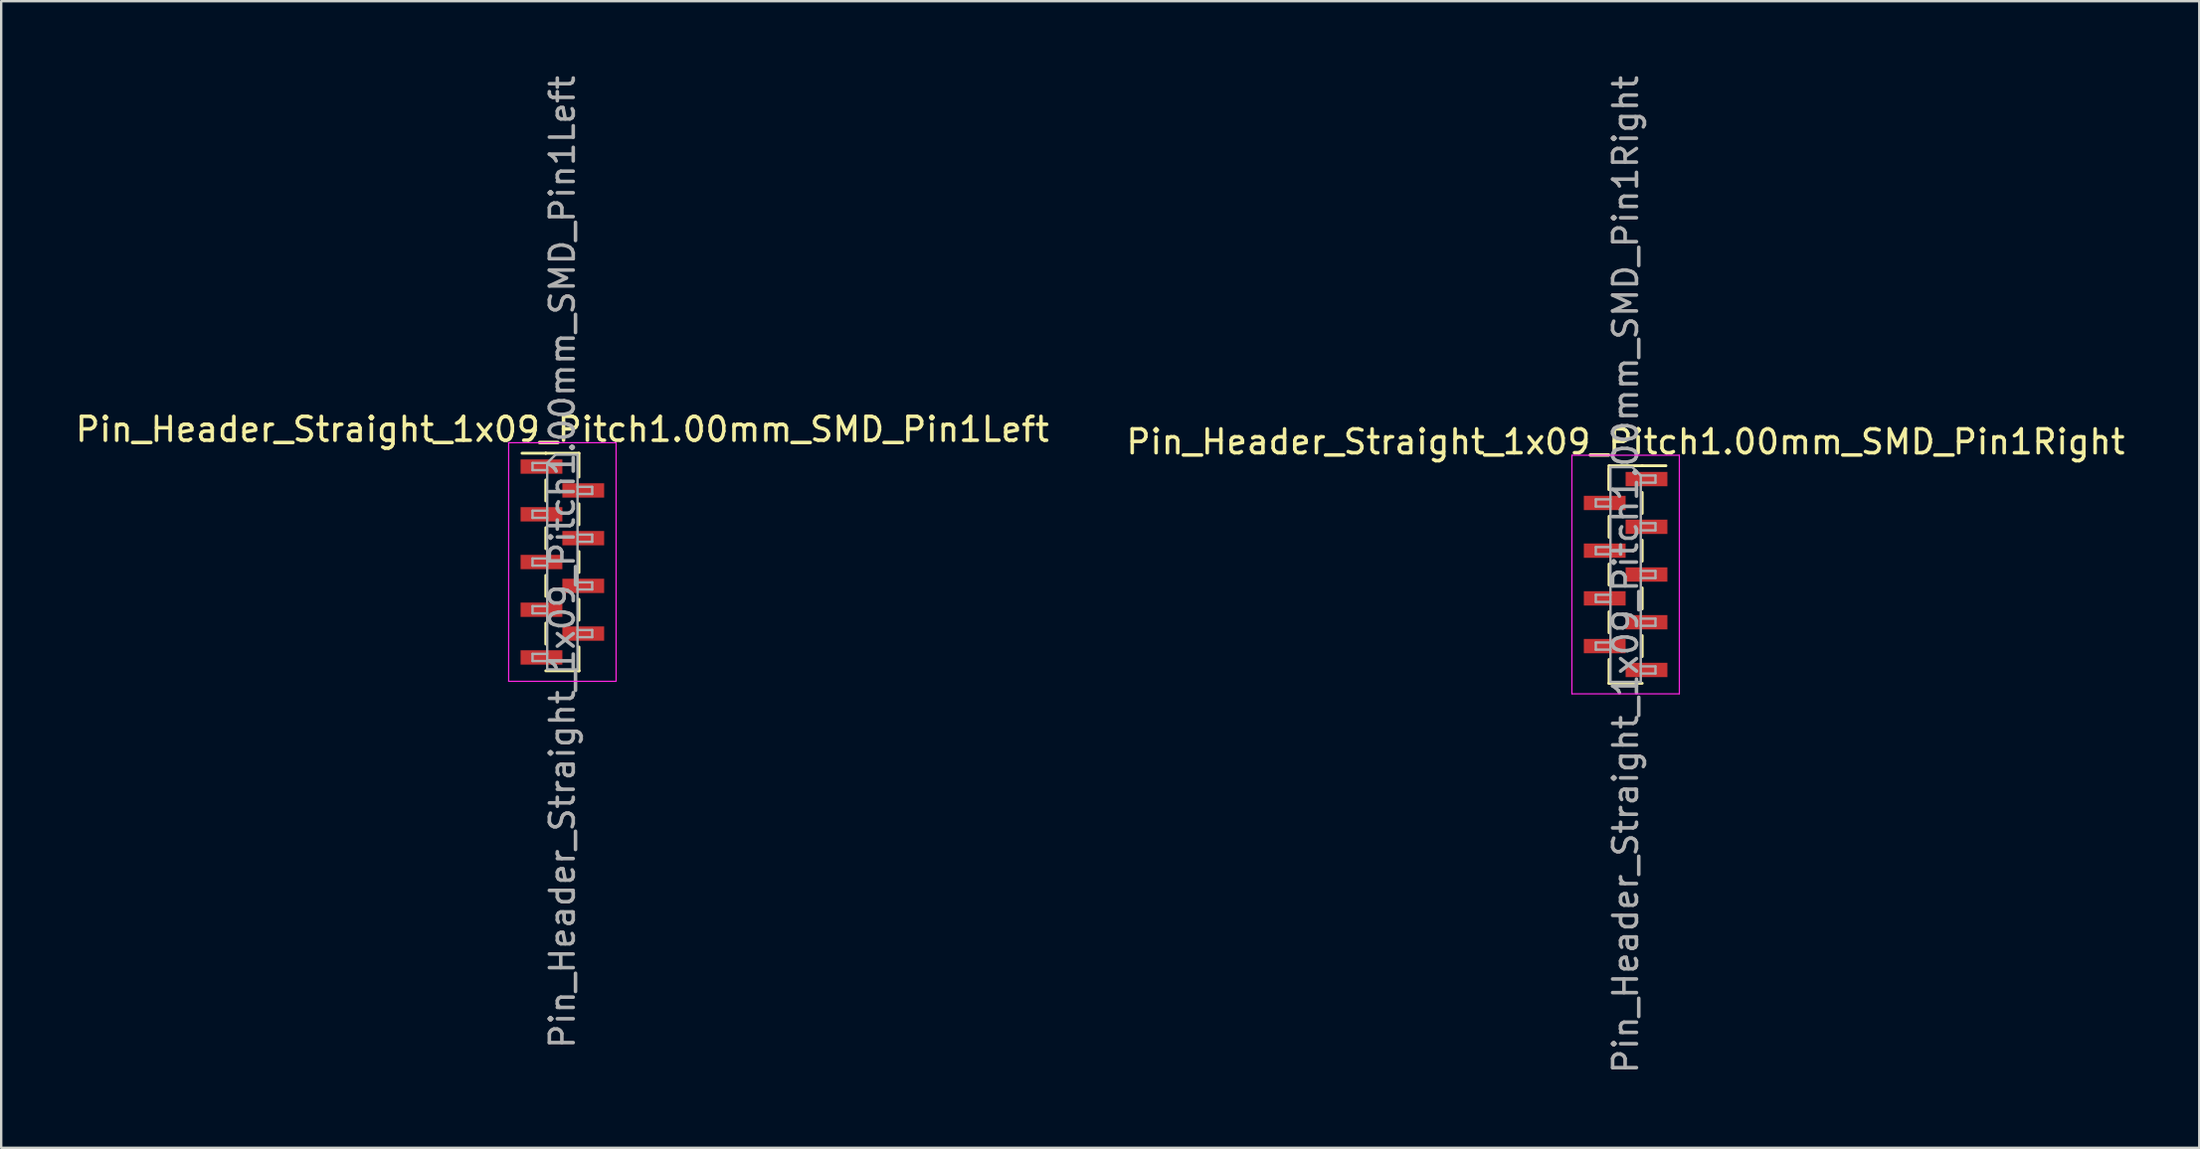
<source format=kicad_pcb>
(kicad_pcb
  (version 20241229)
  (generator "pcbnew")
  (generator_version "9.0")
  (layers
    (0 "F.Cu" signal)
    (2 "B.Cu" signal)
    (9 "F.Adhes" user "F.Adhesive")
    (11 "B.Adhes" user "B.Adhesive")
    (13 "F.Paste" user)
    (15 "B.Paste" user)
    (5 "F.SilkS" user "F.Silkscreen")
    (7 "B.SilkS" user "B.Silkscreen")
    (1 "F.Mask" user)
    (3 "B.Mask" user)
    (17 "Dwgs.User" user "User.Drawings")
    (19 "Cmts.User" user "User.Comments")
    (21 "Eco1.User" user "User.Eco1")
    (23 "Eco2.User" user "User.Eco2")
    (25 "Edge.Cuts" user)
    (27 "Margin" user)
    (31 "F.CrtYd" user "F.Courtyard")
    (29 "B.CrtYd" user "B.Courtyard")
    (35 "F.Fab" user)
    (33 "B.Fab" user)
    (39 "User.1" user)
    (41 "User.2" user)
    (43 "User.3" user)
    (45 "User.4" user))
  (footprint "Pin_Header_Straight_1x09_Pitch1.00mm_SMD_Pin1Right"
    (layer "F.Cu")
    (at 65.042 21.03)
    (property "Reference" "Pin_Header_Straight_1x09_Pitch1.00mm_SMD_Pin1Right" (at 0 -5.56 0) (layer "F.SilkS") (effects (font (size 1 1) (thickness 0.15))))
    (attr smd)
    (fp_line (start -0.695 -4.56) (end -0.695 -3.56) (stroke (width 0.12) (type solid)) (layer "F.SilkS"))
    (fp_line (start -0.695 -4.56) (end 0.695 -4.56) (stroke (width 0.12) (type solid)) (layer "F.SilkS"))
    (fp_line (start -0.695 -4.44) (end -0.695 -3.56) (stroke (width 0.12) (type solid)) (layer "F.SilkS"))
    (fp_line (start -0.695 -2.44) (end -0.695 -1.56) (stroke (width 0.12) (type solid)) (layer "F.SilkS"))
    (fp_line (start -0.695 -0.44) (end -0.695 0.44) (stroke (width 0.12) (type solid)) (layer "F.SilkS"))
    (fp_line (start -0.695 1.56) (end -0.695 2.44) (stroke (width 0.12) (type solid)) (layer "F.SilkS"))
    (fp_line (start -0.695 3.56) (end -0.695 4.56) (stroke (width 0.12) (type solid)) (layer "F.SilkS"))
    (fp_line (start -0.695 4.56) (end -0.695 4.56) (stroke (width 0.12) (type solid)) (layer "F.SilkS"))
    (fp_line (start -0.695 4.56) (end 0.695 4.56) (stroke (width 0.12) (type solid)) (layer "F.SilkS"))
    (fp_line (start 0.695 -4.56) (end 0.695 -4.56) (stroke (width 0.12) (type solid)) (layer "F.SilkS"))
    (fp_line (start 0.695 -4.56) (end 1.69 -4.56) (stroke (width 0.12) (type solid)) (layer "F.SilkS"))
    (fp_line (start 0.695 -3.44) (end 0.695 -2.56) (stroke (width 0.12) (type solid)) (layer "F.SilkS"))
    (fp_line (start 0.695 -1.44) (end 0.695 -0.56) (stroke (width 0.12) (type solid)) (layer "F.SilkS"))
    (fp_line (start 0.695 0.56) (end 0.695 1.44) (stroke (width 0.12) (type solid)) (layer "F.SilkS"))
    (fp_line (start 0.695 2.56) (end 0.695 3.44) (stroke (width 0.12) (type solid)) (layer "F.SilkS"))
    (fp_line (start -2.25 -5) (end -2.25 5) (stroke (width 0.05) (type solid)) (layer "F.CrtYd"))
    (fp_line (start -2.25 5) (end 2.25 5) (stroke (width 0.05) (type solid)) (layer "F.CrtYd"))
    (fp_line (start 2.25 -5) (end -2.25 -5) (stroke (width 0.05) (type solid)) (layer "F.CrtYd"))
    (fp_line (start 2.25 5) (end 2.25 -5) (stroke (width 0.05) (type solid)) (layer "F.CrtYd"))
    (fp_line (start -1.25 -3.15) (end -1.25 -2.85) (stroke (width 0.1) (type solid)) (layer "F.Fab"))
    (fp_line (start -1.25 -2.85) (end -0.635 -2.85) (stroke (width 0.1) (type solid)) (layer "F.Fab"))
    (fp_line (start -1.25 -1.15) (end -1.25 -0.85) (stroke (width 0.1) (type solid)) (layer "F.Fab"))
    (fp_line (start -1.25 -0.85) (end -0.635 -0.85) (stroke (width 0.1) (type solid)) (layer "F.Fab"))
    (fp_line (start -1.25 0.85) (end -1.25 1.15) (stroke (width 0.1) (type solid)) (layer "F.Fab"))
    (fp_line (start -1.25 1.15) (end -0.635 1.15) (stroke (width 0.1) (type solid)) (layer "F.Fab"))
    (fp_line (start -1.25 2.85) (end -1.25 3.15) (stroke (width 0.1) (type solid)) (layer "F.Fab"))
    (fp_line (start -1.25 3.15) (end -0.635 3.15) (stroke (width 0.1) (type solid)) (layer "F.Fab"))
    (fp_line (start -0.635 -4.5) (end -0.635 4.5) (stroke (width 0.1) (type solid)) (layer "F.Fab"))
    (fp_line (start -0.635 -4.5) (end 0.285 -4.5) (stroke (width 0.1) (type solid)) (layer "F.Fab"))
    (fp_line (start -0.635 -3.15) (end -1.25 -3.15) (stroke (width 0.1) (type solid)) (layer "F.Fab"))
    (fp_line (start -0.635 -1.15) (end -1.25 -1.15) (stroke (width 0.1) (type solid)) (layer "F.Fab"))
    (fp_line (start -0.635 0.85) (end -1.25 0.85) (stroke (width 0.1) (type solid)) (layer "F.Fab"))
    (fp_line (start -0.635 2.85) (end -1.25 2.85) (stroke (width 0.1) (type solid)) (layer "F.Fab"))
    (fp_line (start 0.635 -4.15) (end 0.285 -4.5) (stroke (width 0.1) (type solid)) (layer "F.Fab"))
    (fp_line (start 0.635 -4.15) (end 1.25 -4.15) (stroke (width 0.1) (type solid)) (layer "F.Fab"))
    (fp_line (start 0.635 -2.15) (end 1.25 -2.15) (stroke (width 0.1) (type solid)) (layer "F.Fab"))
    (fp_line (start 0.635 -0.15) (end 1.25 -0.15) (stroke (width 0.1) (type solid)) (layer "F.Fab"))
    (fp_line (start 0.635 1.85) (end 1.25 1.85) (stroke (width 0.1) (type solid)) (layer "F.Fab"))
    (fp_line (start 0.635 3.85) (end 1.25 3.85) (stroke (width 0.1) (type solid)) (layer "F.Fab"))
    (fp_line (start 0.635 4.5) (end -0.635 4.5) (stroke (width 0.1) (type solid)) (layer "F.Fab"))
    (fp_line (start 0.635 4.5) (end 0.635 -4.15) (stroke (width 0.1) (type solid)) (layer "F.Fab"))
    (fp_line (start 1.25 -4.15) (end 1.25 -3.85) (stroke (width 0.1) (type solid)) (layer "F.Fab"))
    (fp_line (start 1.25 -3.85) (end 0.635 -3.85) (stroke (width 0.1) (type solid)) (layer "F.Fab"))
    (fp_line (start 1.25 -2.15) (end 1.25 -1.85) (stroke (width 0.1) (type solid)) (layer "F.Fab"))
    (fp_line (start 1.25 -1.85) (end 0.635 -1.85) (stroke (width 0.1) (type solid)) (layer "F.Fab"))
    (fp_line (start 1.25 -0.15) (end 1.25 0.15) (stroke (width 0.1) (type solid)) (layer "F.Fab"))
    (fp_line (start 1.25 0.15) (end 0.635 0.15) (stroke (width 0.1) (type solid)) (layer "F.Fab"))
    (fp_line (start 1.25 1.85) (end 1.25 2.15) (stroke (width 0.1) (type solid)) (layer "F.Fab"))
    (fp_line (start 1.25 2.15) (end 0.635 2.15) (stroke (width 0.1) (type solid)) (layer "F.Fab"))
    (fp_line (start 1.25 3.85) (end 1.25 4.15) (stroke (width 0.1) (type solid)) (layer "F.Fab"))
    (fp_line (start 1.25 4.15) (end 0.635 4.15) (stroke (width 0.1) (type solid)) (layer "F.Fab"))
    (fp_text user "${REFERENCE}" (at 0 0 90) (layer "F.Fab") (effects (font (size 1 1) (thickness 0.15))))
    (pad "1" smd rect (at 0.875 -4) (size 1.75 0.6) (layers "F.Cu" "F.Mask" "F.Paste"))
    (pad "2" smd rect (at -0.875 -3) (size 1.75 0.6) (layers "F.Cu" "F.Mask" "F.Paste"))
    (pad "3" smd rect (at 0.875 -2) (size 1.75 0.6) (layers "F.Cu" "F.Mask" "F.Paste"))
    (pad "4" smd rect (at -0.875 -1) (size 1.75 0.6) (layers "F.Cu" "F.Mask" "F.Paste"))
    (pad "5" smd rect (at 0.875 0) (size 1.75 0.6) (layers "F.Cu" "F.Mask" "F.Paste"))
    (pad "6" smd rect (at -0.875 1) (size 1.75 0.6) (layers "F.Cu" "F.Mask" "F.Paste"))
    (pad "7" smd rect (at 0.875 2) (size 1.75 0.6) (layers "F.Cu" "F.Mask" "F.Paste"))
    (pad "8" smd rect (at -0.875 3) (size 1.75 0.6) (layers "F.Cu" "F.Mask" "F.Paste"))
    (pad "9" smd rect (at 0.875 4) (size 1.75 0.6) (layers "F.Cu" "F.Mask" "F.Paste")))
  (footprint "Pin_Header_Straight_1x09_Pitch1.00mm_SMD_Pin1Left"
    (layer "F.Cu")
    (at 20.506 20.506)
    (property "Reference" "Pin_Header_Straight_1x09_Pitch1.00mm_SMD_Pin1Left" (at 0 -5.56 0) (layer "F.SilkS") (effects (font (size 1 1) (thickness 0.15))))
    (attr smd)
    (fp_line (start -0.695 -4.56) (end -1.69 -4.56) (stroke (width 0.12) (type solid)) (layer "F.SilkS"))
    (fp_line (start -0.695 -4.56) (end -0.695 -4.56) (stroke (width 0.12) (type solid)) (layer "F.SilkS"))
    (fp_line (start -0.695 -4.56) (end 0.695 -4.56) (stroke (width 0.12) (type solid)) (layer "F.SilkS"))
    (fp_line (start -0.695 -3.44) (end -0.695 -2.56) (stroke (width 0.12) (type solid)) (layer "F.SilkS"))
    (fp_line (start -0.695 -1.44) (end -0.695 -0.56) (stroke (width 0.12) (type solid)) (layer "F.SilkS"))
    (fp_line (start -0.695 0.56) (end -0.695 1.44) (stroke (width 0.12) (type solid)) (layer "F.SilkS"))
    (fp_line (start -0.695 2.56) (end -0.695 3.44) (stroke (width 0.12) (type solid)) (layer "F.SilkS"))
    (fp_line (start -0.695 4.56) (end 0.695 4.56) (stroke (width 0.12) (type solid)) (layer "F.SilkS"))
    (fp_line (start 0.695 -4.56) (end 0.695 -3.56) (stroke (width 0.12) (type solid)) (layer "F.SilkS"))
    (fp_line (start 0.695 -2.44) (end 0.695 -1.56) (stroke (width 0.12) (type solid)) (layer "F.SilkS"))
    (fp_line (start 0.695 -0.44) (end 0.695 0.44) (stroke (width 0.12) (type solid)) (layer "F.SilkS"))
    (fp_line (start 0.695 1.56) (end 0.695 2.44) (stroke (width 0.12) (type solid)) (layer "F.SilkS"))
    (fp_line (start 0.695 3.56) (end 0.695 4.56) (stroke (width 0.12) (type solid)) (layer "F.SilkS"))
    (fp_line (start 0.695 4.56) (end 0.695 4.56) (stroke (width 0.12) (type solid)) (layer "F.SilkS"))
    (fp_line (start -2.25 -5) (end -2.25 5) (stroke (width 0.05) (type solid)) (layer "F.CrtYd"))
    (fp_line (start -2.25 5) (end 2.25 5) (stroke (width 0.05) (type solid)) (layer "F.CrtYd"))
    (fp_line (start 2.25 -5) (end -2.25 -5) (stroke (width 0.05) (type solid)) (layer "F.CrtYd"))
    (fp_line (start 2.25 5) (end 2.25 -5) (stroke (width 0.05) (type solid)) (layer "F.CrtYd"))
    (fp_line (start -1.25 -4.15) (end -1.25 -3.85) (stroke (width 0.1) (type solid)) (layer "F.Fab"))
    (fp_line (start -1.25 -3.85) (end -0.635 -3.85) (stroke (width 0.1) (type solid)) (layer "F.Fab"))
    (fp_line (start -1.25 -2.15) (end -1.25 -1.85) (stroke (width 0.1) (type solid)) (layer "F.Fab"))
    (fp_line (start -1.25 -1.85) (end -0.635 -1.85) (stroke (width 0.1) (type solid)) (layer "F.Fab"))
    (fp_line (start -1.25 -0.15) (end -1.25 0.15) (stroke (width 0.1) (type solid)) (layer "F.Fab"))
    (fp_line (start -1.25 0.15) (end -0.635 0.15) (stroke (width 0.1) (type solid)) (layer "F.Fab"))
    (fp_line (start -1.25 1.85) (end -1.25 2.15) (stroke (width 0.1) (type solid)) (layer "F.Fab"))
    (fp_line (start -1.25 2.15) (end -0.635 2.15) (stroke (width 0.1) (type solid)) (layer "F.Fab"))
    (fp_line (start -1.25 3.85) (end -1.25 4.15) (stroke (width 0.1) (type solid)) (layer "F.Fab"))
    (fp_line (start -1.25 4.15) (end -0.635 4.15) (stroke (width 0.1) (type solid)) (layer "F.Fab"))
    (fp_line (start -0.635 -4.15) (end -1.25 -4.15) (stroke (width 0.1) (type solid)) (layer "F.Fab"))
    (fp_line (start -0.635 -4.15) (end -0.285 -4.5) (stroke (width 0.1) (type solid)) (layer "F.Fab"))
    (fp_line (start -0.635 -2.15) (end -1.25 -2.15) (stroke (width 0.1) (type solid)) (layer "F.Fab"))
    (fp_line (start -0.635 -0.15) (end -1.25 -0.15) (stroke (width 0.1) (type solid)) (layer "F.Fab"))
    (fp_line (start -0.635 1.85) (end -1.25 1.85) (stroke (width 0.1) (type solid)) (layer "F.Fab"))
    (fp_line (start -0.635 3.85) (end -1.25 3.85) (stroke (width 0.1) (type solid)) (layer "F.Fab"))
    (fp_line (start -0.635 4.5) (end -0.635 -4.15) (stroke (width 0.1) (type solid)) (layer "F.Fab"))
    (fp_line (start -0.285 -4.5) (end 0.635 -4.5) (stroke (width 0.1) (type solid)) (layer "F.Fab"))
    (fp_line (start 0.635 -4.5) (end 0.635 4.5) (stroke (width 0.1) (type solid)) (layer "F.Fab"))
    (fp_line (start 0.635 -3.15) (end 1.25 -3.15) (stroke (width 0.1) (type solid)) (layer "F.Fab"))
    (fp_line (start 0.635 -1.15) (end 1.25 -1.15) (stroke (width 0.1) (type solid)) (layer "F.Fab"))
    (fp_line (start 0.635 0.85) (end 1.25 0.85) (stroke (width 0.1) (type solid)) (layer "F.Fab"))
    (fp_line (start 0.635 2.85) (end 1.25 2.85) (stroke (width 0.1) (type solid)) (layer "F.Fab"))
    (fp_line (start 0.635 4.5) (end -0.635 4.5) (stroke (width 0.1) (type solid)) (layer "F.Fab"))
    (fp_line (start 1.25 -3.15) (end 1.25 -2.85) (stroke (width 0.1) (type solid)) (layer "F.Fab"))
    (fp_line (start 1.25 -2.85) (end 0.635 -2.85) (stroke (width 0.1) (type solid)) (layer "F.Fab"))
    (fp_line (start 1.25 -1.15) (end 1.25 -0.85) (stroke (width 0.1) (type solid)) (layer "F.Fab"))
    (fp_line (start 1.25 -0.85) (end 0.635 -0.85) (stroke (width 0.1) (type solid)) (layer "F.Fab"))
    (fp_line (start 1.25 0.85) (end 1.25 1.15) (stroke (width 0.1) (type solid)) (layer "F.Fab"))
    (fp_line (start 1.25 1.15) (end 0.635 1.15) (stroke (width 0.1) (type solid)) (layer "F.Fab"))
    (fp_line (start 1.25 2.85) (end 1.25 3.15) (stroke (width 0.1) (type solid)) (layer "F.Fab"))
    (fp_line (start 1.25 3.15) (end 0.635 3.15) (stroke (width 0.1) (type solid)) (layer "F.Fab"))
    (fp_text user "${REFERENCE}" (at 0 0 90) (layer "F.Fab") (effects (font (size 1 1) (thickness 0.15))))
    (pad "1" smd rect (at -0.875 -4) (size 1.75 0.6) (layers "F.Cu" "F.Mask" "F.Paste"))
    (pad "2" smd rect (at 0.875 -3) (size 1.75 0.6) (layers "F.Cu" "F.Mask" "F.Paste"))
    (pad "3" smd rect (at -0.875 -2) (size 1.75 0.6) (layers "F.Cu" "F.Mask" "F.Paste"))
    (pad "4" smd rect (at 0.875 -1) (size 1.75 0.6) (layers "F.Cu" "F.Mask" "F.Paste"))
    (pad "5" smd rect (at -0.875 0) (size 1.75 0.6) (layers "F.Cu" "F.Mask" "F.Paste"))
    (pad "6" smd rect (at 0.875 1) (size 1.75 0.6) (layers "F.Cu" "F.Mask" "F.Paste"))
    (pad "7" smd rect (at -0.875 2) (size 1.75 0.6) (layers "F.Cu" "F.Mask" "F.Paste"))
    (pad "8" smd rect (at 0.875 3) (size 1.75 0.6) (layers "F.Cu" "F.Mask" "F.Paste"))
    (pad "9" smd rect (at -0.875 4) (size 1.75 0.6) (layers "F.Cu" "F.Mask" "F.Paste")))
  (gr_rect
    (start -3 -3)
    (end 89.071 45.06)
    (stroke (width 0.1) (type default))
    (fill no)
    (layer "Edge.Cuts")))
</source>
